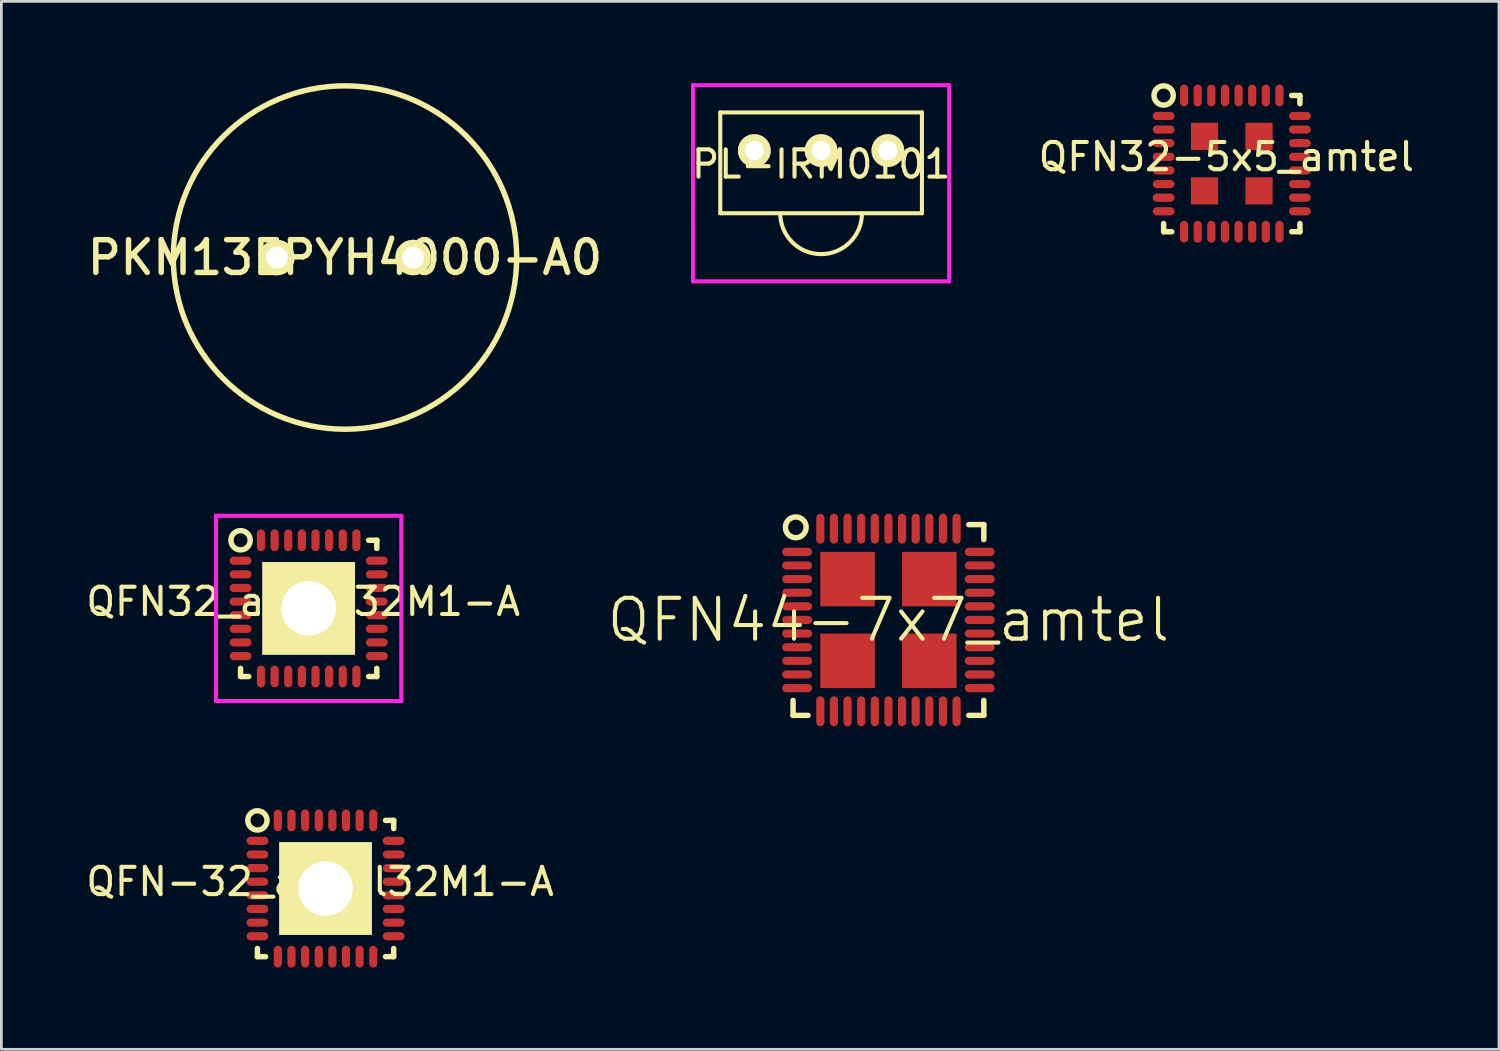
<source format=kicad_pcb>
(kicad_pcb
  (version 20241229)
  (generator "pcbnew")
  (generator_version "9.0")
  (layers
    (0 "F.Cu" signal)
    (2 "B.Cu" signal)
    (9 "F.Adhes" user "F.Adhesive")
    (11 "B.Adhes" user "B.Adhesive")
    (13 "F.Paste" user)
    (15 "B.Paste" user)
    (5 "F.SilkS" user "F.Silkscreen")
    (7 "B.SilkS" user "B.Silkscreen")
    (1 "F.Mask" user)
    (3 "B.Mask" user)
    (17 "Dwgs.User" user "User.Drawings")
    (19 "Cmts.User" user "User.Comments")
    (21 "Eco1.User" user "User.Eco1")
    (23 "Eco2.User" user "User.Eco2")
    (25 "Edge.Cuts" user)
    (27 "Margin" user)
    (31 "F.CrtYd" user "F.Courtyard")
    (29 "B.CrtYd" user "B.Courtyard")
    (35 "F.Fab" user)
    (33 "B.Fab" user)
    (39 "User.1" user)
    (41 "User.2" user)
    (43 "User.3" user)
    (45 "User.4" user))
  (footprint "PL-IRM0101"
    (layer "F.Cu")
    (at 27.08 2.475)
    (property "Reference" "PL-IRM0101" (at 0 0.5 0) (layer "F.SilkS") (effects (font (size 1 1) (thickness 0.15))))
    (attr through_hole)
    (fp_line (start -3.7 -1.4) (end -3.7 2.3) (stroke (width 0.15) (type solid)) (layer "F.SilkS"))
    (fp_line (start -3.7 2.3) (end 3.7 2.3) (stroke (width 0.15) (type solid)) (layer "F.SilkS"))
    (fp_line (start 3.7 -1.4) (end -3.7 -1.4) (stroke (width 0.15) (type solid)) (layer "F.SilkS"))
    (fp_line (start 3.7 2.3) (end 3.7 -1.4) (stroke (width 0.15) (type solid)) (layer "F.SilkS"))
    (fp_arc (start 0 3.8) (mid -1.06066 3.36066) (end -1.5 2.3) (stroke (width 0.15) (type solid)) (layer "F.SilkS"))
    (fp_arc (start 1.5 2.3) (mid 1.06066 3.36066) (end 0 3.8) (stroke (width 0.15) (type solid)) (layer "F.SilkS"))
    (fp_line (start -4.7 -2.4) (end -4.7 4.8) (stroke (width 0.15) (type solid)) (layer "F.CrtYd"))
    (fp_line (start -4.7 4.8) (end 4.7 4.8) (stroke (width 0.15) (type solid)) (layer "F.CrtYd"))
    (fp_line (start 4.7 -2.4) (end -4.7 -2.4) (stroke (width 0.15) (type solid)) (layer "F.CrtYd"))
    (fp_line (start 4.7 4.8) (end 4.7 -2.4) (stroke (width 0.15) (type solid)) (layer "F.CrtYd"))
    (pad "1" thru_hole circle (at -2.45 0) (size 1.2 1.2) (drill 0.7) (layers "*.Cu" "*.Mask" "F.SilkS"))
    (pad "2" thru_hole circle (at 0 0) (size 1.2 1.2) (drill 0.7) (layers "*.Cu" "*.Mask" "F.SilkS"))
    (pad "3" thru_hole circle (at 2.45 0) (size 1.2 1.2) (drill 0.7) (layers "*.Cu" "*.Mask" "F.SilkS")))
  (footprint "QFN32_amtel32M1-A"
    (layer "F.Cu")
    (at 5.777 17.525)
    (property "Reference" "QFN32_amtel32M1-A" (at 2.3 1.5 0) (layer "F.SilkS") (effects (font (size 1 1) (thickness 0.15))))
    (attr through_hole)
    (fp_line (start 0 4.25) (end 0 3.95) (stroke (width 0.2) (type solid)) (layer "F.SilkS"))
    (fp_line (start 0 4.25) (end 0.3 4.25) (stroke (width 0.2) (type solid)) (layer "F.SilkS"))
    (fp_line (start 5 -0.75) (end 4.7 -0.75) (stroke (width 0.2) (type solid)) (layer "F.SilkS"))
    (fp_line (start 5 -0.45) (end 5 -0.75) (stroke (width 0.2) (type solid)) (layer "F.SilkS"))
    (fp_line (start 5 4.25) (end 4.7 4.25) (stroke (width 0.2) (type solid)) (layer "F.SilkS"))
    (fp_line (start 5 4.25) (end 5 3.95) (stroke (width 0.2) (type solid)) (layer "F.SilkS"))
    (fp_circle (center 0 -0.75) (end 0.25 -1) (stroke (width 0.2) (type solid)) (fill no) (layer "F.SilkS"))
    (fp_line (start -0.9 -1.65) (end 5.9 -1.65) (stroke (width 0.15) (type solid)) (layer "F.CrtYd"))
    (fp_line (start -0.9 5.15) (end -0.9 -1.65) (stroke (width 0.15) (type solid)) (layer "F.CrtYd"))
    (fp_line (start 5.9 -1.65) (end 5.9 5.15) (stroke (width 0.15) (type solid)) (layer "F.CrtYd"))
    (fp_line (start 5.9 5.15) (end -0.9 5.15) (stroke (width 0.15) (type solid)) (layer "F.CrtYd"))
    (pad "1" smd oval (at 0 0) (size 0.8 0.3) (layers "F.Cu" "F.Mask" "F.Paste"))
    (pad "2" smd oval (at 0 0.5) (size 0.8 0.3) (layers "F.Cu" "F.Mask" "F.Paste"))
    (pad "3" smd oval (at 0 1) (size 0.8 0.3) (layers "F.Cu" "F.Mask" "F.Paste"))
    (pad "4" smd oval (at 0 1.5) (size 0.8 0.3) (layers "F.Cu" "F.Mask" "F.Paste"))
    (pad "5" smd oval (at 0 2) (size 0.8 0.3) (layers "F.Cu" "F.Mask" "F.Paste"))
    (pad "6" smd oval (at 0 2.5) (size 0.8 0.3) (layers "F.Cu" "F.Mask" "F.Paste"))
    (pad "7" smd oval (at 0 3) (size 0.8 0.3) (layers "F.Cu" "F.Mask" "F.Paste"))
    (pad "8" smd oval (at 0 3.5) (size 0.8 0.3) (layers "F.Cu" "F.Mask" "F.Paste"))
    (pad "9" smd oval (at 0.75 4.25) (size 0.3 0.8) (layers "F.Cu" "F.Mask" "F.Paste"))
    (pad "10" smd oval (at 1.25 4.25) (size 0.3 0.8) (layers "F.Cu" "F.Mask" "F.Paste"))
    (pad "11" smd oval (at 1.75 4.25) (size 0.3 0.8) (layers "F.Cu" "F.Mask" "F.Paste"))
    (pad "12" smd oval (at 2.25 4.25) (size 0.3 0.8) (layers "F.Cu" "F.Mask" "F.Paste"))
    (pad "13" smd oval (at 2.75 4.25) (size 0.3 0.8) (layers "F.Cu" "F.Mask" "F.Paste"))
    (pad "14" smd oval (at 3.25 4.25) (size 0.3 0.8) (layers "F.Cu" "F.Mask" "F.Paste"))
    (pad "15" smd oval (at 3.75 4.25) (size 0.3 0.8) (layers "F.Cu" "F.Mask" "F.Paste"))
    (pad "16" smd oval (at 4.25 4.25) (size 0.3 0.8) (layers "F.Cu" "F.Mask" "F.Paste"))
    (pad "17" smd oval (at 5 3.5) (size 0.8 0.3) (layers "F.Cu" "F.Mask" "F.Paste"))
    (pad "18" smd oval (at 5 3) (size 0.8 0.3) (layers "F.Cu" "F.Mask" "F.Paste"))
    (pad "19" smd oval (at 5 2.5) (size 0.8 0.3) (layers "F.Cu" "F.Mask" "F.Paste"))
    (pad "20" smd oval (at 5 2) (size 0.8 0.3) (layers "F.Cu" "F.Mask" "F.Paste"))
    (pad "21" smd oval (at 5 1.5) (size 0.8 0.3) (layers "F.Cu" "F.Mask" "F.Paste"))
    (pad "22" smd oval (at 5 1) (size 0.8 0.3) (layers "F.Cu" "F.Mask" "F.Paste"))
    (pad "23" smd oval (at 5 0.5) (size 0.8 0.3) (layers "F.Cu" "F.Mask" "F.Paste"))
    (pad "24" smd oval (at 5 0) (size 0.8 0.3) (layers "F.Cu" "F.Mask" "F.Paste"))
    (pad "25" smd oval (at 4.25 -0.75) (size 0.3 0.8) (layers "F.Cu" "F.Mask" "F.Paste"))
    (pad "26" smd oval (at 3.75 -0.75) (size 0.3 0.8) (layers "F.Cu" "F.Mask" "F.Paste"))
    (pad "27" smd oval (at 3.25 -0.75) (size 0.3 0.8) (layers "F.Cu" "F.Mask" "F.Paste"))
    (pad "28" smd oval (at 2.75 -0.75) (size 0.3 0.8) (layers "F.Cu" "F.Mask" "F.Paste"))
    (pad "29" smd oval (at 2.25 -0.75) (size 0.3 0.8) (layers "F.Cu" "F.Mask" "F.Paste"))
    (pad "30" smd oval (at 1.75 -0.75) (size 0.3 0.8) (layers "F.Cu" "F.Mask" "F.Paste"))
    (pad "31" smd oval (at 1.25 -0.75) (size 0.3 0.8) (layers "F.Cu" "F.Mask" "F.Paste"))
    (pad "32" smd oval (at 0.75 -0.75) (size 0.3 0.8) (layers "F.Cu" "F.Mask" "F.Paste"))
    (pad "33" thru_hole rect (at 2.5 1.75) (size 3.4 3.4) (drill 2) (layers "*.Cu" "*.Mask" "F.SilkS")))
  (footprint "QFN44-7x7_amtel"
    (layer "F.Cu")
    (at 29.551 19.7)
    (property "Reference" "QFN44-7x7_amtel" (at 0 0 0) (layer "F.SilkS") (effects (font (size 1.5 1.5) (thickness 0.15))))
    (attr through_hole)
    (fp_line (start -3.5 2.95) (end -3.5 3.5) (stroke (width 0.2) (type solid)) (layer "F.SilkS"))
    (fp_line (start -3.5 3.5) (end -2.95 3.5) (stroke (width 0.2) (type solid)) (layer "F.SilkS"))
    (fp_line (start 3.5 -3.5) (end 2.95 -3.5) (stroke (width 0.2) (type solid)) (layer "F.SilkS"))
    (fp_line (start 3.5 -3.5) (end 3.5 -2.95) (stroke (width 0.2) (type solid)) (layer "F.SilkS"))
    (fp_line (start 3.5 2.95) (end 3.5 3.5) (stroke (width 0.2) (type solid)) (layer "F.SilkS"))
    (fp_line (start 3.5 3.5) (end 2.95 3.5) (stroke (width 0.2) (type solid)) (layer "F.SilkS"))
    (fp_circle (center -3.4 -3.4) (end -3.05 -3.25) (stroke (width 0.2) (type solid)) (fill no) (layer "F.SilkS"))
    (pad "1" smd oval (at -3.35 -2.5) (size 1.1 0.3) (layers "F.Cu" "F.Mask" "F.Paste"))
    (pad "2" smd oval (at -3.35 -2) (size 1.1 0.3) (layers "F.Cu" "F.Mask" "F.Paste"))
    (pad "3" smd oval (at -3.35 -1.5) (size 1.1 0.3) (layers "F.Cu" "F.Mask" "F.Paste"))
    (pad "4" smd oval (at -3.35 -1) (size 1.1 0.3) (layers "F.Cu" "F.Mask" "F.Paste"))
    (pad "5" smd oval (at -3.35 -0.5) (size 1.1 0.3) (layers "F.Cu" "F.Mask" "F.Paste"))
    (pad "6" smd oval (at -3.35 0) (size 1.1 0.3) (layers "F.Cu" "F.Mask" "F.Paste"))
    (pad "7" smd oval (at -3.35 0.5) (size 1.1 0.3) (layers "F.Cu" "F.Mask" "F.Paste"))
    (pad "8" smd oval (at -3.35 1) (size 1.1 0.3) (layers "F.Cu" "F.Mask" "F.Paste"))
    (pad "9" smd oval (at -3.35 1.5) (size 1.1 0.3) (layers "F.Cu" "F.Mask" "F.Paste"))
    (pad "10" smd oval (at -3.35 2) (size 1.1 0.3) (layers "F.Cu" "F.Mask" "F.Paste"))
    (pad "11" smd oval (at -3.35 2.5) (size 1.1 0.3) (layers "F.Cu" "F.Mask" "F.Paste"))
    (pad "12" smd oval (at -2.5 3.35) (size 0.3 1.1) (layers "F.Cu" "F.Mask" "F.Paste"))
    (pad "13" smd oval (at -2 3.35) (size 0.3 1.1) (layers "F.Cu" "F.Mask" "F.Paste"))
    (pad "14" smd oval (at -1.5 3.35) (size 0.3 1.1) (layers "F.Cu" "F.Mask" "F.Paste"))
    (pad "15" smd oval (at -1 3.35) (size 0.3 1.1) (layers "F.Cu" "F.Mask" "F.Paste"))
    (pad "16" smd oval (at -0.5 3.35) (size 0.3 1.1) (layers "F.Cu" "F.Mask" "F.Paste"))
    (pad "17" smd oval (at 0 3.35) (size 0.3 1.1) (layers "F.Cu" "F.Mask" "F.Paste"))
    (pad "18" smd oval (at 0.5 3.35) (size 0.3 1.1) (layers "F.Cu" "F.Mask" "F.Paste"))
    (pad "19" smd oval (at 1 3.35) (size 0.3 1.1) (layers "F.Cu" "F.Mask" "F.Paste"))
    (pad "20" smd oval (at 1.5 3.35) (size 0.3 1.1) (layers "F.Cu" "F.Mask" "F.Paste"))
    (pad "21" smd oval (at 2 3.35) (size 0.3 1.1) (layers "F.Cu" "F.Mask" "F.Paste"))
    (pad "22" smd oval (at 2.5 3.35) (size 0.3 1.1) (layers "F.Cu" "F.Mask" "F.Paste"))
    (pad "23" smd oval (at 3.35 2.5) (size 1.1 0.3) (layers "F.Cu" "F.Mask" "F.Paste"))
    (pad "24" smd oval (at 3.35 2) (size 1.1 0.3) (layers "F.Cu" "F.Mask" "F.Paste"))
    (pad "25" smd oval (at 3.35 1.5) (size 1.1 0.3) (layers "F.Cu" "F.Mask" "F.Paste"))
    (pad "26" smd oval (at 3.35 1) (size 1.1 0.3) (layers "F.Cu" "F.Mask" "F.Paste"))
    (pad "27" smd oval (at 3.35 0.5) (size 1.1 0.3) (layers "F.Cu" "F.Mask" "F.Paste"))
    (pad "28" smd oval (at 3.35 0) (size 1.1 0.3) (layers "F.Cu" "F.Mask" "F.Paste"))
    (pad "29" smd oval (at 3.35 -0.5) (size 1.1 0.3) (layers "F.Cu" "F.Mask" "F.Paste"))
    (pad "30" smd oval (at 3.35 -1) (size 1.1 0.3) (layers "F.Cu" "F.Mask" "F.Paste"))
    (pad "31" smd oval (at 3.35 -1.5) (size 1.1 0.3) (layers "F.Cu" "F.Mask" "F.Paste"))
    (pad "32" smd oval (at 3.35 -2) (size 1.1 0.3) (layers "F.Cu" "F.Mask" "F.Paste"))
    (pad "33" smd oval (at 3.35 -2.5) (size 1.1 0.3) (layers "F.Cu" "F.Mask" "F.Paste"))
    (pad "34" smd oval (at 2.5 -3.35) (size 0.3 1.1) (layers "F.Cu" "F.Mask" "F.Paste"))
    (pad "35" smd oval (at 2 -3.35) (size 0.3 1.1) (layers "F.Cu" "F.Mask" "F.Paste"))
    (pad "36" smd oval (at 1.5 -3.35) (size 0.3 1.1) (layers "F.Cu" "F.Mask" "F.Paste"))
    (pad "37" smd oval (at 1 -3.35) (size 0.3 1.1) (layers "F.Cu" "F.Mask" "F.Paste"))
    (pad "38" smd oval (at 0.5 -3.35) (size 0.3 1.1) (layers "F.Cu" "F.Mask" "F.Paste"))
    (pad "39" smd oval (at 0 -3.35) (size 0.3 1.1) (layers "F.Cu" "F.Mask" "F.Paste"))
    (pad "40" smd oval (at -0.5 -3.35) (size 0.3 1.1) (layers "F.Cu" "F.Mask" "F.Paste"))
    (pad "41" smd oval (at -1 -3.35) (size 0.3 1.1) (layers "F.Cu" "F.Mask" "F.Paste"))
    (pad "42" smd oval (at -1.5 -3.35) (size 0.3 1.1) (layers "F.Cu" "F.Mask" "F.Paste"))
    (pad "43" smd oval (at -2 -3.35) (size 0.3 1.1) (layers "F.Cu" "F.Mask" "F.Paste"))
    (pad "44" smd oval (at -2.5 -3.35) (size 0.3 1.1) (layers "F.Cu" "F.Mask" "F.Paste"))
    (pad "PAD" smd rect (at -1.5 -1.5) (size 2 2) (layers "F.Cu" "F.Mask" "F.Paste"))
    (pad "PAD" smd rect (at -1.5 1.5) (size 2 2) (layers "F.Cu" "F.Mask" "F.Paste"))
    (pad "PAD" smd rect (at 1.5 -1.5) (size 2 2) (layers "F.Cu" "F.Mask" "F.Paste"))
    (pad "PAD" smd rect (at 1.5 1.5) (size 2 2) (layers "F.Cu" "F.Mask" "F.Paste")))
  (footprint "QFN32-5x5_amtel"
    (layer "F.Cu")
    (at 39.649 1.204)
    (property "Reference" "QFN32-5x5_amtel" (at 2.3 1.5 0) (layer "F.SilkS") (effects (font (size 1 1) (thickness 0.15))))
    (attr through_hole)
    (fp_line (start 0 4.25) (end 0 3.95) (stroke (width 0.2) (type solid)) (layer "F.SilkS"))
    (fp_line (start 0 4.25) (end 0.3 4.25) (stroke (width 0.2) (type solid)) (layer "F.SilkS"))
    (fp_line (start 5 -0.75) (end 4.7 -0.75) (stroke (width 0.2) (type solid)) (layer "F.SilkS"))
    (fp_line (start 5 -0.45) (end 5 -0.75) (stroke (width 0.2) (type solid)) (layer "F.SilkS"))
    (fp_line (start 5 4.25) (end 4.7 4.25) (stroke (width 0.2) (type solid)) (layer "F.SilkS"))
    (fp_line (start 5 4.25) (end 5 3.95) (stroke (width 0.2) (type solid)) (layer "F.SilkS"))
    (fp_circle (center 0 -0.75) (end 0.25 -1) (stroke (width 0.2) (type solid)) (fill no) (layer "F.SilkS"))
    (pad "1" smd oval (at 0 0) (size 0.8 0.3) (layers "F.Cu" "F.Mask" "F.Paste"))
    (pad "2" smd oval (at 0 0.5) (size 0.8 0.3) (layers "F.Cu" "F.Mask" "F.Paste"))
    (pad "3" smd oval (at 0 1) (size 0.8 0.3) (layers "F.Cu" "F.Mask" "F.Paste"))
    (pad "4" smd oval (at 0 1.5) (size 0.8 0.3) (layers "F.Cu" "F.Mask" "F.Paste"))
    (pad "5" smd oval (at 0 2) (size 0.8 0.3) (layers "F.Cu" "F.Mask" "F.Paste"))
    (pad "6" smd oval (at 0 2.5) (size 0.8 0.3) (layers "F.Cu" "F.Mask" "F.Paste"))
    (pad "7" smd oval (at 0 3) (size 0.8 0.3) (layers "F.Cu" "F.Mask" "F.Paste"))
    (pad "8" smd oval (at 0 3.5) (size 0.8 0.3) (layers "F.Cu" "F.Mask" "F.Paste"))
    (pad "9" smd oval (at 0.75 4.25) (size 0.3 0.8) (layers "F.Cu" "F.Mask" "F.Paste"))
    (pad "10" smd oval (at 1.25 4.25) (size 0.3 0.8) (layers "F.Cu" "F.Mask" "F.Paste"))
    (pad "11" smd oval (at 1.75 4.25) (size 0.3 0.8) (layers "F.Cu" "F.Mask" "F.Paste"))
    (pad "12" smd oval (at 2.25 4.25) (size 0.3 0.8) (layers "F.Cu" "F.Mask" "F.Paste"))
    (pad "13" smd oval (at 2.75 4.25) (size 0.3 0.8) (layers "F.Cu" "F.Mask" "F.Paste"))
    (pad "14" smd oval (at 3.25 4.25) (size 0.3 0.8) (layers "F.Cu" "F.Mask" "F.Paste"))
    (pad "15" smd oval (at 3.75 4.25) (size 0.3 0.8) (layers "F.Cu" "F.Mask" "F.Paste"))
    (pad "16" smd oval (at 4.25 4.25) (size 0.3 0.8) (layers "F.Cu" "F.Mask" "F.Paste"))
    (pad "17" smd oval (at 5 3.5) (size 0.8 0.3) (layers "F.Cu" "F.Mask" "F.Paste"))
    (pad "18" smd oval (at 5 3) (size 0.8 0.3) (layers "F.Cu" "F.Mask" "F.Paste"))
    (pad "19" smd oval (at 5 2.5) (size 0.8 0.3) (layers "F.Cu" "F.Mask" "F.Paste"))
    (pad "20" smd oval (at 5 2) (size 0.8 0.3) (layers "F.Cu" "F.Mask" "F.Paste"))
    (pad "21" smd oval (at 5 1.5) (size 0.8 0.3) (layers "F.Cu" "F.Mask" "F.Paste"))
    (pad "22" smd oval (at 5 1) (size 0.8 0.3) (layers "F.Cu" "F.Mask" "F.Paste"))
    (pad "23" smd oval (at 5 0.5) (size 0.8 0.3) (layers "F.Cu" "F.Mask" "F.Paste"))
    (pad "24" smd oval (at 5 0) (size 0.8 0.3) (layers "F.Cu" "F.Mask" "F.Paste"))
    (pad "25" smd oval (at 4.25 -0.75) (size 0.3 0.8) (layers "F.Cu" "F.Mask" "F.Paste"))
    (pad "26" smd oval (at 3.75 -0.75) (size 0.3 0.8) (layers "F.Cu" "F.Mask" "F.Paste"))
    (pad "27" smd oval (at 3.25 -0.75) (size 0.3 0.8) (layers "F.Cu" "F.Mask" "F.Paste"))
    (pad "28" smd oval (at 2.75 -0.75) (size 0.3 0.8) (layers "F.Cu" "F.Mask" "F.Paste"))
    (pad "29" smd oval (at 2.25 -0.75) (size 0.3 0.8) (layers "F.Cu" "F.Mask" "F.Paste"))
    (pad "30" smd oval (at 1.75 -0.75) (size 0.3 0.8) (layers "F.Cu" "F.Mask" "F.Paste"))
    (pad "31" smd oval (at 1.25 -0.75) (size 0.3 0.8) (layers "F.Cu" "F.Mask" "F.Paste"))
    (pad "32" smd oval (at 0.75 -0.75) (size 0.3 0.8) (layers "F.Cu" "F.Mask" "F.Paste"))
    (pad "PAD" smd rect (at 1.5 0.75) (size 1 1) (layers "F.Cu" "F.Mask" "F.Paste"))
    (pad "PAD" smd rect (at 1.5 2.75) (size 1 1) (layers "F.Cu" "F.Mask" "F.Paste"))
    (pad "PAD" smd rect (at 3.5 0.75) (size 1 1) (layers "F.Cu" "F.Mask" "F.Paste"))
    (pad "PAD" smd rect (at 3.5 2.75) (size 1 1) (layers "F.Cu" "F.Mask" "F.Paste")))
  (footprint "PKM13EPYH4000-A0"
    (layer "F.Cu")
    (at 9.609 6.4)
    (property "Reference" "PKM13EPYH4000-A0" (at 0 0 0) (layer "F.SilkS") (effects (font (size 1.2 1.2) (thickness 0.2))))
    (attr through_hole)
    (fp_circle (center 0 0) (end 6.3 0) (stroke (width 0.2) (type solid)) (fill no) (layer "F.SilkS"))
    (pad "1" thru_hole circle (at -2.5 0) (size 1.3 1.3) (drill 0.8) (layers "*.Cu" "*.Mask" "F.SilkS"))
    (pad "2" thru_hole circle (at 2.5 0) (size 1.3 1.3) (drill 0.8) (layers "*.Cu" "*.Mask" "F.SilkS")))
  (footprint "QFN-32_amtel32M1-A"
    (layer "F.Cu")
    (at 6.396 27.804)
    (property "Reference" "QFN-32_amtel32M1-A" (at 2.3 1.5 0) (layer "F.SilkS") (effects (font (size 1 1) (thickness 0.15))))
    (attr through_hole)
    (fp_line (start 0 4.25) (end 0 3.95) (stroke (width 0.2) (type solid)) (layer "F.SilkS"))
    (fp_line (start 0 4.25) (end 0.3 4.25) (stroke (width 0.2) (type solid)) (layer "F.SilkS"))
    (fp_line (start 5 -0.75) (end 4.7 -0.75) (stroke (width 0.2) (type solid)) (layer "F.SilkS"))
    (fp_line (start 5 -0.45) (end 5 -0.75) (stroke (width 0.2) (type solid)) (layer "F.SilkS"))
    (fp_line (start 5 4.25) (end 4.7 4.25) (stroke (width 0.2) (type solid)) (layer "F.SilkS"))
    (fp_line (start 5 4.25) (end 5 3.95) (stroke (width 0.2) (type solid)) (layer "F.SilkS"))
    (fp_circle (center 0 -0.75) (end 0.25 -1) (stroke (width 0.2) (type solid)) (fill no) (layer "F.SilkS"))
    (pad "1" smd oval (at 0 0) (size 0.8 0.3) (layers "F.Cu" "F.Mask" "F.Paste"))
    (pad "2" smd oval (at 0 0.5) (size 0.8 0.3) (layers "F.Cu" "F.Mask" "F.Paste"))
    (pad "3" smd oval (at 0 1) (size 0.8 0.3) (layers "F.Cu" "F.Mask" "F.Paste"))
    (pad "4" smd oval (at 0 1.5) (size 0.8 0.3) (layers "F.Cu" "F.Mask" "F.Paste"))
    (pad "5" smd oval (at 0 2) (size 0.8 0.3) (layers "F.Cu" "F.Mask" "F.Paste"))
    (pad "6" smd oval (at 0 2.5) (size 0.8 0.3) (layers "F.Cu" "F.Mask" "F.Paste"))
    (pad "7" smd oval (at 0 3) (size 0.8 0.3) (layers "F.Cu" "F.Mask" "F.Paste"))
    (pad "8" smd oval (at 0 3.5) (size 0.8 0.3) (layers "F.Cu" "F.Mask" "F.Paste"))
    (pad "9" smd oval (at 0.75 4.25) (size 0.3 0.8) (layers "F.Cu" "F.Mask" "F.Paste"))
    (pad "10" smd oval (at 1.25 4.25) (size 0.3 0.8) (layers "F.Cu" "F.Mask" "F.Paste"))
    (pad "11" smd oval (at 1.75 4.25) (size 0.3 0.8) (layers "F.Cu" "F.Mask" "F.Paste"))
    (pad "12" smd oval (at 2.25 4.25) (size 0.3 0.8) (layers "F.Cu" "F.Mask" "F.Paste"))
    (pad "13" smd oval (at 2.75 4.25) (size 0.3 0.8) (layers "F.Cu" "F.Mask" "F.Paste"))
    (pad "14" smd oval (at 3.25 4.25) (size 0.3 0.8) (layers "F.Cu" "F.Mask" "F.Paste"))
    (pad "15" smd oval (at 3.75 4.25) (size 0.3 0.8) (layers "F.Cu" "F.Mask" "F.Paste"))
    (pad "16" smd oval (at 4.25 4.25) (size 0.3 0.8) (layers "F.Cu" "F.Mask" "F.Paste"))
    (pad "17" smd oval (at 5 3.5) (size 0.8 0.3) (layers "F.Cu" "F.Mask" "F.Paste"))
    (pad "18" smd oval (at 5 3) (size 0.8 0.3) (layers "F.Cu" "F.Mask" "F.Paste"))
    (pad "19" smd oval (at 5 2.5) (size 0.8 0.3) (layers "F.Cu" "F.Mask" "F.Paste"))
    (pad "20" smd oval (at 5 2) (size 0.8 0.3) (layers "F.Cu" "F.Mask" "F.Paste"))
    (pad "21" smd oval (at 5 1.5) (size 0.8 0.3) (layers "F.Cu" "F.Mask" "F.Paste"))
    (pad "22" smd oval (at 5 1) (size 0.8 0.3) (layers "F.Cu" "F.Mask" "F.Paste"))
    (pad "23" smd oval (at 5 0.5) (size 0.8 0.3) (layers "F.Cu" "F.Mask" "F.Paste"))
    (pad "24" smd oval (at 5 0) (size 0.8 0.3) (layers "F.Cu" "F.Mask" "F.Paste"))
    (pad "25" smd oval (at 4.25 -0.75) (size 0.3 0.8) (layers "F.Cu" "F.Mask" "F.Paste"))
    (pad "26" smd oval (at 3.75 -0.75) (size 0.3 0.8) (layers "F.Cu" "F.Mask" "F.Paste"))
    (pad "27" smd oval (at 3.25 -0.75) (size 0.3 0.8) (layers "F.Cu" "F.Mask" "F.Paste"))
    (pad "28" smd oval (at 2.75 -0.75) (size 0.3 0.8) (layers "F.Cu" "F.Mask" "F.Paste"))
    (pad "29" smd oval (at 2.25 -0.75) (size 0.3 0.8) (layers "F.Cu" "F.Mask" "F.Paste"))
    (pad "30" smd oval (at 1.75 -0.75) (size 0.3 0.8) (layers "F.Cu" "F.Mask" "F.Paste"))
    (pad "31" smd oval (at 1.25 -0.75) (size 0.3 0.8) (layers "F.Cu" "F.Mask" "F.Paste"))
    (pad "32" smd oval (at 0.75 -0.75) (size 0.3 0.8) (layers "F.Cu" "F.Mask" "F.Paste"))
    (pad "33" thru_hole rect (at 2.5 1.75) (size 3.4 3.4) (drill 2) (layers "*.Cu" "*.Mask" "F.SilkS")))
  (gr_rect
    (start -3 -3)
    (end 51.955 35.454)
    (stroke (width 0.1) (type default))
    (fill no)
    (layer "Edge.Cuts")))
</source>
